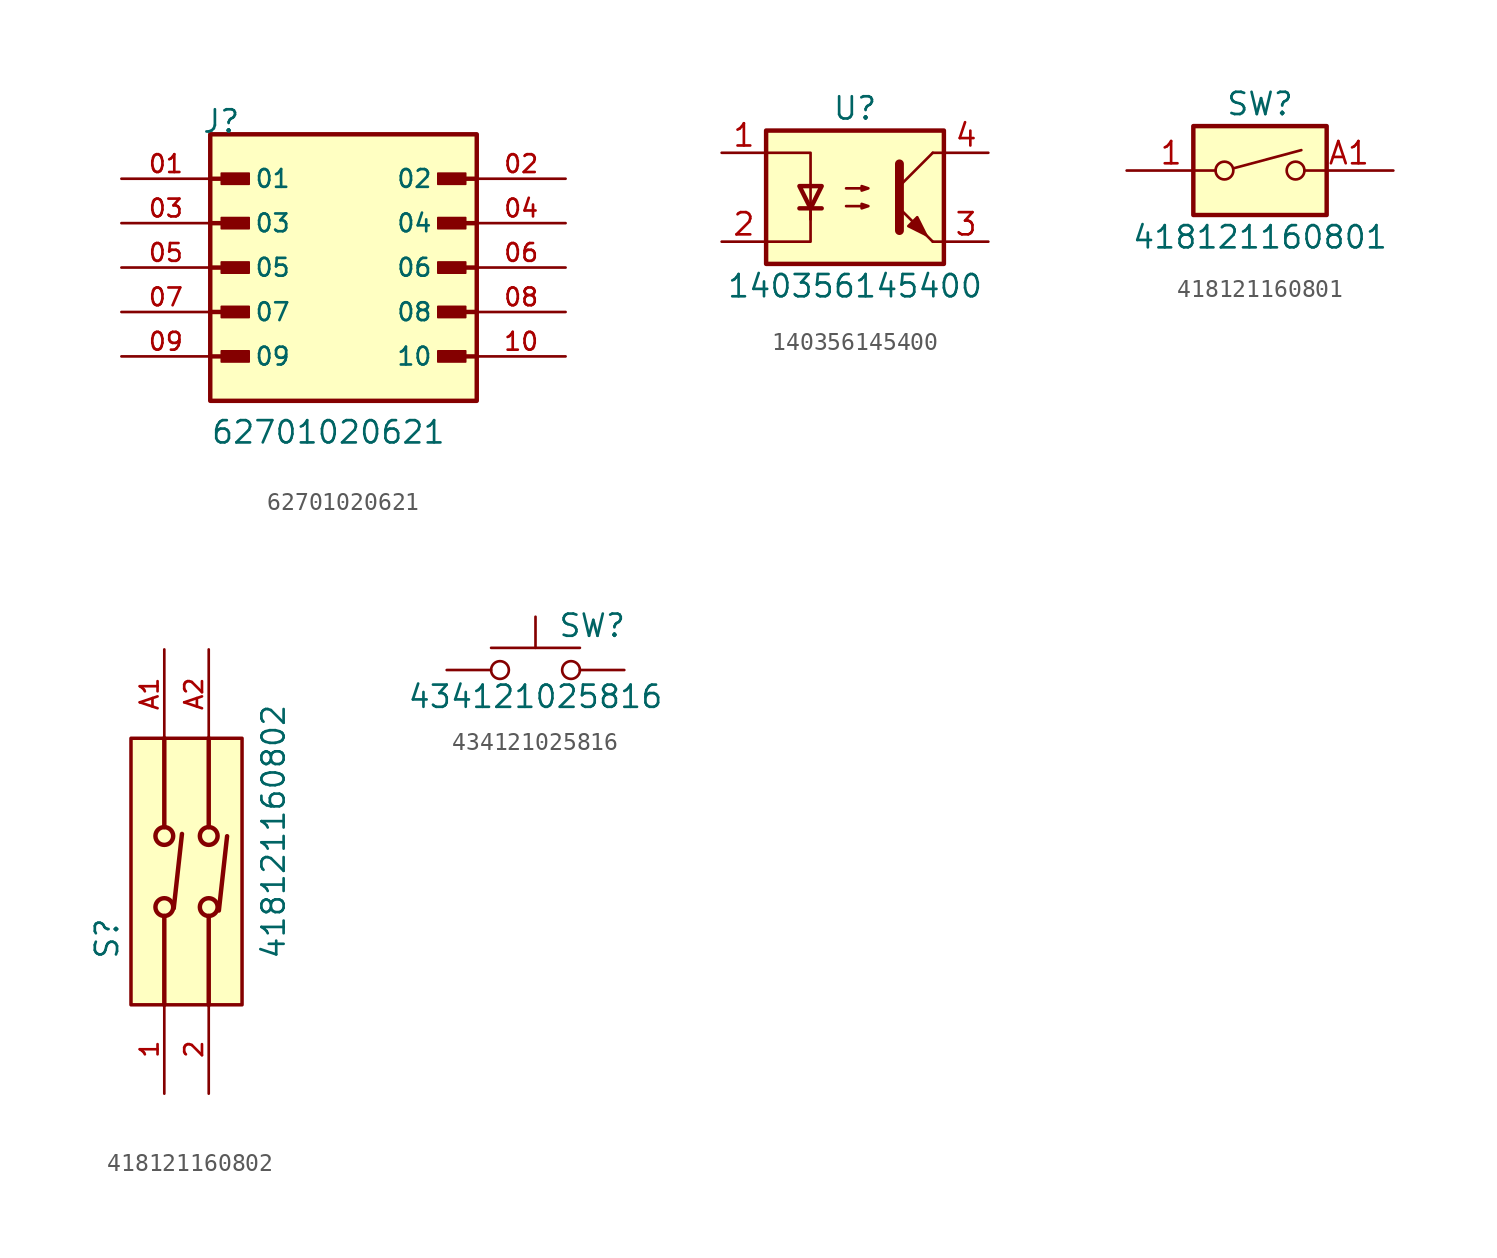
<source format=kicad_sym>
(kicad_symbol_lib
  (version 20231120)
  (generator "kicad_symbol_editor")
  (generator_version "8.0")
  (symbol "62701020621"
    (pin_names
      (offset 2.5))
    (property "Reference" "J"
      (at -8.12 7.62 0)
      (effects (font (size 1.27 1.27)) (justify left bottom)))
    (property "Value" "62701020621"
      (at -7.62 -10.16 0)
      (effects (font (size 1.27 1.27)) (justify left bottom)))
    (symbol "62701020621_0_0"
      (rectangle (start -7.62 -7.62) (end 7.62 7.62) (stroke (width 0.254) (type default)) (fill (type background)))
      (rectangle (start -6.985 -5.397) (end -5.397 -4.763) (stroke (width 0.1) (type default)) (fill (type outline)))
      (rectangle (start -6.985 -2.857) (end -5.397 -2.223) (stroke (width 0.1) (type default)) (fill (type outline)))
      (rectangle (start -6.985 -0.318) (end -5.397 0.318) (stroke (width 0.1) (type default)) (fill (type outline)))
      (rectangle (start -6.985 2.223) (end -5.397 2.857) (stroke (width 0.1) (type default)) (fill (type outline)))
      (rectangle (start -6.985 4.763) (end -5.397 5.397) (stroke (width 0.1) (type default)) (fill (type outline)))
      (polyline (pts (xy -7.62 -5.08) (xy -5.715 -5.08)) (stroke (width 0.254) (type default)) (fill (type none)))
      (polyline (pts (xy -7.62 -2.54) (xy -5.715 -2.54)) (stroke (width 0.254) (type default)) (fill (type none)))
      (polyline (pts (xy -7.62 0) (xy -5.715 0)) (stroke (width 0.254) (type default)) (fill (type none)))
      (polyline (pts (xy -7.62 2.54) (xy -5.715 2.54)) (stroke (width 0.254) (type default)) (fill (type none)))
      (polyline (pts (xy -7.62 5.08) (xy -5.715 5.08)) (stroke (width 0.254) (type default)) (fill (type none)))
      (polyline (pts (xy 7.62 -5.08) (xy 5.715 -5.08)) (stroke (width 0.254) (type default)) (fill (type none)))
      (polyline (pts (xy 7.62 -2.54) (xy 5.715 -2.54)) (stroke (width 0.254) (type default)) (fill (type none)))
      (polyline (pts (xy 7.62 0) (xy 5.715 0)) (stroke (width 0.254) (type default)) (fill (type none)))
      (polyline (pts (xy 7.62 2.54) (xy 5.715 2.54)) (stroke (width 0.254) (type default)) (fill (type none)))
      (polyline (pts (xy 7.62 5.08) (xy 5.715 5.08)) (stroke (width 0.254) (type default)) (fill (type none)))
      (rectangle (start 6.985 -5.397) (end 5.397 -4.763) (stroke (width 0.1) (type default)) (fill (type outline)))
      (rectangle (start 6.985 -2.857) (end 5.397 -2.223) (stroke (width 0.1) (type default)) (fill (type outline)))
      (rectangle (start 6.985 -0.318) (end 5.397 0.318) (stroke (width 0.1) (type default)) (fill (type outline)))
      (rectangle (start 6.985 2.223) (end 5.397 2.857) (stroke (width 0.1) (type default)) (fill (type outline)))
      (rectangle (start 6.985 4.763) (end 5.397 5.397) (stroke (width 0.1) (type default)) (fill (type outline)))
      (pin passive line (at -12.7 5.08 0) (length 5.08) (name "01" (effects (font (size 1.016 1.016)))) (number "01" (effects (font (size 1.016 1.016)))))
      (pin passive line (at 12.7 5.08 180) (length 5.08) (name "02" (effects (font (size 1.016 1.016)))) (number "02" (effects (font (size 1.016 1.016)))))
      (pin passive line (at -12.7 2.54 0) (length 5.08) (name "03" (effects (font (size 1.016 1.016)))) (number "03" (effects (font (size 1.016 1.016)))))
      (pin passive line (at 12.7 2.54 180) (length 5.08) (name "04" (effects (font (size 1.016 1.016)))) (number "04" (effects (font (size 1.016 1.016)))))
      (pin passive line (at -12.7 0 0) (length 5.08) (name "05" (effects (font (size 1.016 1.016)))) (number "05" (effects (font (size 1.016 1.016)))))
      (pin passive line (at 12.7 0 180) (length 5.08) (name "06" (effects (font (size 1.016 1.016)))) (number "06" (effects (font (size 1.016 1.016)))))
      (pin passive line (at -12.7 -2.54 0) (length 5.08) (name "07" (effects (font (size 1.016 1.016)))) (number "07" (effects (font (size 1.016 1.016)))))
      (pin passive line (at 12.7 -2.54 180) (length 5.08) (name "08" (effects (font (size 1.016 1.016)))) (number "08" (effects (font (size 1.016 1.016)))))
      (pin passive line (at -12.7 -5.08 0) (length 5.08) (name "09" (effects (font (size 1.016 1.016)))) (number "09" (effects (font (size 1.016 1.016)))))
      (pin passive line (at 12.7 -5.08 180) (length 5.08) (name "10" (effects (font (size 1.016 1.016)))) (number "10" (effects (font (size 1.016 1.016)))))))
  (symbol "140356145400"
    (pin_names
      (offset 1.016))
    (property "Reference" "U"
      (at 0 5.08 0)
      (effects (font (size 1.27 1.27))))
    (property "Value" "140356145400"
      (at 0 -5.08 0)
      (effects (font (size 1.27 1.27))))
    (symbol "140356145400_1_1"
      (rectangle (start -5.08 3.81) (end 5.08 -3.81) (stroke (width 0.254) (type default)) (fill (type background)))
      (polyline (pts (xy -3.175 -0.635) (xy -1.905 -0.635)) (stroke (width 0.254) (type default)) (fill (type none)))
      (polyline (pts (xy 2.54 0.635) (xy 4.445 2.54)) (stroke (width 0) (type default)) (fill (type none)))
      (polyline (pts (xy 4.445 -2.54) (xy 2.54 -0.635)) (stroke (width 0) (type default)) (fill (type outline)))
      (polyline (pts (xy 4.445 -2.54) (xy 5.08 -2.54)) (stroke (width 0) (type default)) (fill (type none)))
      (polyline (pts (xy 4.445 2.54) (xy 5.08 2.54)) (stroke (width 0) (type default)) (fill (type none)))
      (polyline (pts (xy -2.54 -0.635) (xy -2.54 -2.54) (xy -5.08 -2.54)) (stroke (width 0) (type default)) (fill (type none)))
      (polyline (pts (xy 2.54 1.905) (xy 2.54 -1.905) (xy 2.54 -1.905)) (stroke (width 0.508) (type default)) (fill (type none)))
      (polyline (pts (xy -5.08 2.54) (xy -2.54 2.54) (xy -2.54 -1.27) (xy -2.54 0.635)) (stroke (width 0) (type default)) (fill (type none)))
      (polyline (pts (xy -2.54 -0.635) (xy -3.175 0.635) (xy -1.905 0.635) (xy -2.54 -0.635)) (stroke (width 0.254) (type default)) (fill (type none)))
      (polyline (pts (xy -0.508 -0.508) (xy 0.762 -0.508) (xy 0.381 -0.635) (xy 0.381 -0.381) (xy 0.762 -0.508)) (stroke (width 0) (type default)) (fill (type none)))
      (polyline (pts (xy -0.508 0.508) (xy 0.762 0.508) (xy 0.381 0.381) (xy 0.381 0.635) (xy 0.762 0.508)) (stroke (width 0) (type default)) (fill (type none)))
      (polyline (pts (xy 3.048 -1.651) (xy 3.556 -1.143) (xy 4.064 -2.159) (xy 3.048 -1.651) (xy 3.048 -1.651)) (stroke (width 0) (type default)) (fill (type outline)))
      (pin passive line (at -7.62 2.54 0) (length 2.54) (name "~" (effects (font (size 1.27 1.27)))) (number "1" (effects (font (size 1.27 1.27)))))
      (pin passive line (at -7.62 -2.54 0) (length 2.54) (name "~" (effects (font (size 1.27 1.27)))) (number "2" (effects (font (size 1.27 1.27)))))
      (pin passive line (at 7.62 -2.54 180) (length 2.54) (name "~" (effects (font (size 1.27 1.27)))) (number "3" (effects (font (size 1.27 1.27)))))
      (pin passive line (at 7.62 2.54 180) (length 2.54) (name "~" (effects (font (size 1.27 1.27)))) (number "4" (effects (font (size 1.27 1.27)))))))
  (symbol "418121160801"
    (pin_names
      (offset 0) hide)
    (property "Reference" "SW"
      (at 0 3.81 0)
      (effects (font (size 1.27 1.27))))
    (property "Value" "418121160801"
      (at 0 -3.81 0)
      (effects (font (size 1.27 1.27))))
    (symbol "418121160801_0_0"
      (circle (center -2.032 0) (radius 0.508) (stroke (width 0) (type default)) (fill (type none)))
      (polyline (pts (xy -1.524 0.127) (xy 2.362 1.168)) (stroke (width 0) (type default)) (fill (type none)))
      (circle (center 2.032 0) (radius 0.508) (stroke (width 0) (type default)) (fill (type none))))
    (symbol "418121160801_0_1"
      (rectangle (start -3.81 2.54) (end 3.81 -2.54) (stroke (width 0.254) (type default)) (fill (type background))))
    (symbol "418121160801_1_1"
      (pin passive line (at -7.62 0 0) (length 5.08) (name "~" (effects (font (size 1.27 1.27)))) (number "1" (effects (font (size 1.27 1.27)))))
      (pin passive line (at 7.62 0 180) (length 5.08) (name "~" (effects (font (size 1.27 1.27)))) (number "A1" (effects (font (size 1.27 1.27)))))))
  (symbol "418121160802"
    (pin_names
      (offset 1.016))
    (property "Reference" "S"
      (at -5.08 -5.08 90)
      (effects (font (size 1.27 1.27)) (justify left bottom)))
    (property "Value" "418121160802"
      (at 4.445 -5.08 90)
      (effects (font (size 1.27 1.27)) (justify left bottom)))
    (symbol "418121160802_0_0"
      (rectangle (start -4.445 -7.62) (end 1.905 7.62) (stroke (width 0.2) (type default)) (fill (type background)))
      (circle (center -2.54 -2.032) (radius 0.508) (stroke (width 0.254) (type default)) (fill (type none)))
      (circle (center -2.54 2.032) (radius 0.508) (stroke (width 0.254) (type default)) (fill (type none)))
      (circle (center 0 -2.032) (radius 0.508) (stroke (width 0.254) (type default)) (fill (type none)))
      (polyline (pts (xy -2.54 -7.62) (xy -2.54 -2.54)) (stroke (width 0.254) (type default)) (fill (type none)))
      (polyline (pts (xy -2.54 7.62) (xy -2.54 2.54)) (stroke (width 0.254) (type default)) (fill (type none)))
      (polyline (pts (xy -2 -2.1) (xy -1.53 2.15)) (stroke (width 0.254) (type default)) (fill (type none)))
      (polyline (pts (xy 0 -7.62) (xy 0 -2.54)) (stroke (width 0.254) (type default)) (fill (type none)))
      (polyline (pts (xy 0 7.62) (xy 0 2.54)) (stroke (width 0.254) (type default)) (fill (type none)))
      (polyline (pts (xy 0.58 -2.23) (xy 1.05 2.02)) (stroke (width 0.254) (type default)) (fill (type none)))
      (circle (center 0 2.032) (radius 0.508) (stroke (width 0.254) (type default)) (fill (type none)))
      (pin passive line (at -2.54 -12.7 90) (length 5.08) (name "~" (effects (font (size 1.016 1.016)))) (number "1" (effects (font (size 1.016 1.016)))))
      (pin passive line (at 0 -12.7 90) (length 5.08) (name "~" (effects (font (size 1.016 1.016)))) (number "2" (effects (font (size 1.016 1.016)))))
      (pin passive line (at -2.54 12.7 270) (length 5.08) (name "~" (effects (font (size 1.016 1.016)))) (number "A1" (effects (font (size 1.016 1.016)))))
      (pin passive line (at 0 12.7 270) (length 5.08) (name "~" (effects (font (size 1.016 1.016)))) (number "A2" (effects (font (size 1.016 1.016)))))))
  (symbol "434121025816"
    (pin_numbers hide)
    (pin_names
      (offset 1.016) hide)
    (property "Reference" "SW"
      (at 1.27 2.54 0)
      (effects (font (size 1.27 1.27)) (justify left)))
    (property "Value" "434121025816"
      (at 0 -1.524 0)
      (effects (font (size 1.27 1.27))))
    (symbol "434121025816_0_1"
      (circle (center -2.032 0) (radius 0.508) (stroke (width 0) (type default)) (fill (type none)))
      (polyline (pts (xy 0 1.27) (xy 0 3.048)) (stroke (width 0) (type default)) (fill (type none)))
      (polyline (pts (xy 2.54 1.27) (xy -2.54 1.27)) (stroke (width 0) (type default)) (fill (type none)))
      (circle (center 2.032 0) (radius 0.508) (stroke (width 0) (type default)) (fill (type none)))
      (pin passive line (at -5.08 0 0) (length 2.54) (name "1" (effects (font (size 1.27 1.27)))) (number "1" (effects (font (size 1.27 1.27)))))
      (pin passive line (at 5.08 0 180) (length 2.54) (name "2" (effects (font (size 1.27 1.27)))) (number "2" (effects (font (size 1.27 1.27))))))))
</source>
